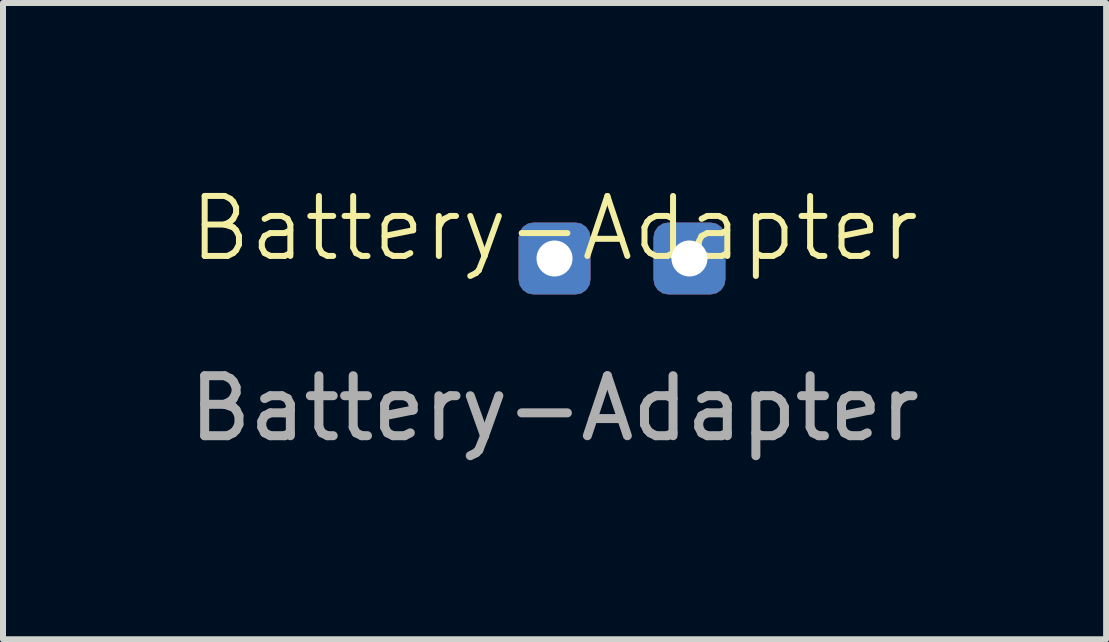
<source format=kicad_pcb>
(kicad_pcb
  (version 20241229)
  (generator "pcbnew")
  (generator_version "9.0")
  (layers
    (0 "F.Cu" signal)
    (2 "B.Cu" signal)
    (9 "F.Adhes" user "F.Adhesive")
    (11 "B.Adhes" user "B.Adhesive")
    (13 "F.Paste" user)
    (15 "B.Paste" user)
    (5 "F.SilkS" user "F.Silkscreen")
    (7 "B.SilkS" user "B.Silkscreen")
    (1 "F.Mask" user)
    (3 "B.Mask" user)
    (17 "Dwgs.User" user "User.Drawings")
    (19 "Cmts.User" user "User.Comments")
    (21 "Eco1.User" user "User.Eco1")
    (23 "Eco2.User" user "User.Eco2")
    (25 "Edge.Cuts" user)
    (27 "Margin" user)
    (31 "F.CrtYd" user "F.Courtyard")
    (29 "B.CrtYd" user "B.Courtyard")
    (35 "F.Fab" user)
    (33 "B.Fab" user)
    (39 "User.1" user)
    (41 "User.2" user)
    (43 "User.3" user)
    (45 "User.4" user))
  (footprint "Battery-Adapter"
    (layer "F.Cu")
    (at 6.196 1.26)
    (property "Reference" "Battery-Adapter" (at 0 -0.5 0) (unlocked yes) (layer "F.SilkS") (effects (font (size 1 1) (thickness 0.1))))
    (attr through_hole)
    (fp_text user "${REFERENCE}" (at 0 2.5 0) (unlocked yes) (layer "F.Fab") (effects (font (size 1 1) (thickness 0.15))))
    (pad "1" thru_hole roundrect (at 0 0) (size 1.2 1.2) (drill 0.6) (property pad_prop_castellated) (layers "*.Cu" "*.Mask") (roundrect_rratio 0.208))
    (pad "2" thru_hole roundrect (at 2.25 0) (size 1.2 1.2) (drill 0.6) (layers "*.Cu" "*.Mask") (roundrect_rratio 0.208)))
  (gr_rect
    (start -3 -3)
    (end 15.393 7.609)
    (stroke (width 0.1) (type default))
    (fill no)
    (layer "Edge.Cuts")))
</source>
